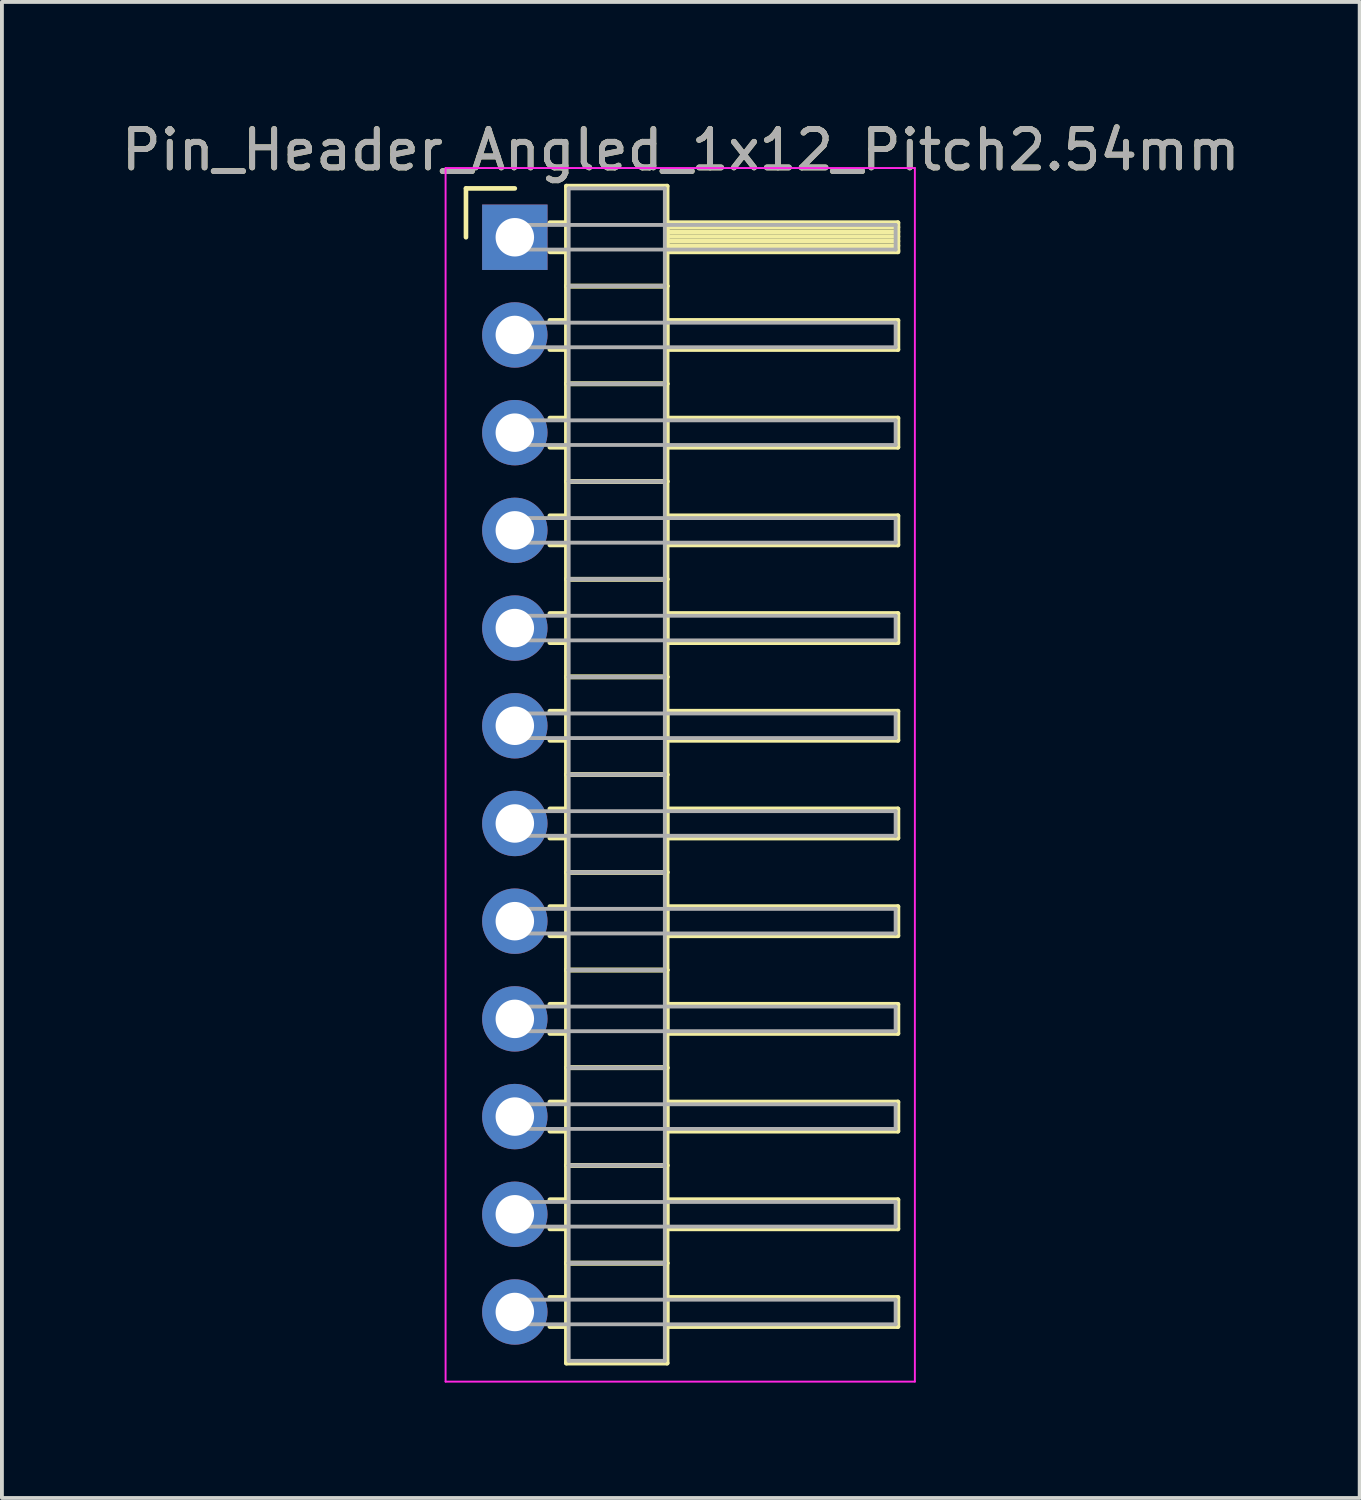
<source format=kicad_pcb>
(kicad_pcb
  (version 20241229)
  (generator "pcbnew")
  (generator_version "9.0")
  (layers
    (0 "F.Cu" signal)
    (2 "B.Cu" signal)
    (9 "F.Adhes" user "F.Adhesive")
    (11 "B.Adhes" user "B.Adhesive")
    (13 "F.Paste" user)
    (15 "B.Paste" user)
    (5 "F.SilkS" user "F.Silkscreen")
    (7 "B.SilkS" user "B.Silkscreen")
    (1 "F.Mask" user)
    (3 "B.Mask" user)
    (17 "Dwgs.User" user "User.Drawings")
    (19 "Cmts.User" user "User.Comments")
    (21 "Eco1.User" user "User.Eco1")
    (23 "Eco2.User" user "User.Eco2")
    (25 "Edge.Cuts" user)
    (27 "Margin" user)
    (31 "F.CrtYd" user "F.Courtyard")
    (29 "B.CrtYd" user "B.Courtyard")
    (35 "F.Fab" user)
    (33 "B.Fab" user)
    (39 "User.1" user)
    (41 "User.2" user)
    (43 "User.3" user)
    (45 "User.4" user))
  (footprint "Pin_Header_Angled_1x12_Pitch2.54mm"
    (layer "F.Cu")
    (at 10.334 3.118)
    (property "Reference" "Pin_Header_Angled_1x12_Pitch2.54mm" (at 4.315 -2.27 0) (layer "F.SilkS") (effects (font (size 1 1) (thickness 0.15))))
    (attr through_hole)
    (fp_line (start -1.27 -1.27) (end 0 -1.27) (stroke (width 0.12) (type solid)) (layer "F.SilkS"))
    (fp_line (start -1.27 0) (end -1.27 -1.27) (stroke (width 0.12) (type solid)) (layer "F.SilkS"))
    (fp_line (start 0.91 -0.38) (end 1.34 -0.38) (stroke (width 0.12) (type solid)) (layer "F.SilkS"))
    (fp_line (start 0.91 0.38) (end 1.34 0.38) (stroke (width 0.12) (type solid)) (layer "F.SilkS"))
    (fp_line (start 0.91 2.16) (end 1.34 2.16) (stroke (width 0.12) (type solid)) (layer "F.SilkS"))
    (fp_line (start 0.91 2.92) (end 1.34 2.92) (stroke (width 0.12) (type solid)) (layer "F.SilkS"))
    (fp_line (start 0.91 4.7) (end 1.34 4.7) (stroke (width 0.12) (type solid)) (layer "F.SilkS"))
    (fp_line (start 0.91 5.46) (end 1.34 5.46) (stroke (width 0.12) (type solid)) (layer "F.SilkS"))
    (fp_line (start 0.91 7.24) (end 1.34 7.24) (stroke (width 0.12) (type solid)) (layer "F.SilkS"))
    (fp_line (start 0.91 8) (end 1.34 8) (stroke (width 0.12) (type solid)) (layer "F.SilkS"))
    (fp_line (start 0.91 9.78) (end 1.34 9.78) (stroke (width 0.12) (type solid)) (layer "F.SilkS"))
    (fp_line (start 0.91 10.54) (end 1.34 10.54) (stroke (width 0.12) (type solid)) (layer "F.SilkS"))
    (fp_line (start 0.91 12.32) (end 1.34 12.32) (stroke (width 0.12) (type solid)) (layer "F.SilkS"))
    (fp_line (start 0.91 13.08) (end 1.34 13.08) (stroke (width 0.12) (type solid)) (layer "F.SilkS"))
    (fp_line (start 0.91 14.86) (end 1.34 14.86) (stroke (width 0.12) (type solid)) (layer "F.SilkS"))
    (fp_line (start 0.91 15.62) (end 1.34 15.62) (stroke (width 0.12) (type solid)) (layer "F.SilkS"))
    (fp_line (start 0.91 17.4) (end 1.34 17.4) (stroke (width 0.12) (type solid)) (layer "F.SilkS"))
    (fp_line (start 0.91 18.16) (end 1.34 18.16) (stroke (width 0.12) (type solid)) (layer "F.SilkS"))
    (fp_line (start 0.91 19.94) (end 1.34 19.94) (stroke (width 0.12) (type solid)) (layer "F.SilkS"))
    (fp_line (start 0.91 20.7) (end 1.34 20.7) (stroke (width 0.12) (type solid)) (layer "F.SilkS"))
    (fp_line (start 0.91 22.48) (end 1.34 22.48) (stroke (width 0.12) (type solid)) (layer "F.SilkS"))
    (fp_line (start 0.91 23.24) (end 1.34 23.24) (stroke (width 0.12) (type solid)) (layer "F.SilkS"))
    (fp_line (start 0.91 25.02) (end 1.34 25.02) (stroke (width 0.12) (type solid)) (layer "F.SilkS"))
    (fp_line (start 0.91 25.78) (end 1.34 25.78) (stroke (width 0.12) (type solid)) (layer "F.SilkS"))
    (fp_line (start 0.91 27.56) (end 1.34 27.56) (stroke (width 0.12) (type solid)) (layer "F.SilkS"))
    (fp_line (start 0.91 28.32) (end 1.34 28.32) (stroke (width 0.12) (type solid)) (layer "F.SilkS"))
    (fp_line (start 1.34 -1.33) (end 1.34 1.27) (stroke (width 0.12) (type solid)) (layer "F.SilkS"))
    (fp_line (start 1.34 1.27) (end 1.34 3.81) (stroke (width 0.12) (type solid)) (layer "F.SilkS"))
    (fp_line (start 1.34 1.27) (end 3.96 1.27) (stroke (width 0.12) (type solid)) (layer "F.SilkS"))
    (fp_line (start 1.34 3.81) (end 1.34 6.35) (stroke (width 0.12) (type solid)) (layer "F.SilkS"))
    (fp_line (start 1.34 3.81) (end 3.96 3.81) (stroke (width 0.12) (type solid)) (layer "F.SilkS"))
    (fp_line (start 1.34 6.35) (end 1.34 8.89) (stroke (width 0.12) (type solid)) (layer "F.SilkS"))
    (fp_line (start 1.34 6.35) (end 3.96 6.35) (stroke (width 0.12) (type solid)) (layer "F.SilkS"))
    (fp_line (start 1.34 8.89) (end 1.34 11.43) (stroke (width 0.12) (type solid)) (layer "F.SilkS"))
    (fp_line (start 1.34 8.89) (end 3.96 8.89) (stroke (width 0.12) (type solid)) (layer "F.SilkS"))
    (fp_line (start 1.34 11.43) (end 1.34 13.97) (stroke (width 0.12) (type solid)) (layer "F.SilkS"))
    (fp_line (start 1.34 11.43) (end 3.96 11.43) (stroke (width 0.12) (type solid)) (layer "F.SilkS"))
    (fp_line (start 1.34 13.97) (end 1.34 16.51) (stroke (width 0.12) (type solid)) (layer "F.SilkS"))
    (fp_line (start 1.34 13.97) (end 3.96 13.97) (stroke (width 0.12) (type solid)) (layer "F.SilkS"))
    (fp_line (start 1.34 16.51) (end 1.34 19.05) (stroke (width 0.12) (type solid)) (layer "F.SilkS"))
    (fp_line (start 1.34 16.51) (end 3.96 16.51) (stroke (width 0.12) (type solid)) (layer "F.SilkS"))
    (fp_line (start 1.34 19.05) (end 1.34 21.59) (stroke (width 0.12) (type solid)) (layer "F.SilkS"))
    (fp_line (start 1.34 19.05) (end 3.96 19.05) (stroke (width 0.12) (type solid)) (layer "F.SilkS"))
    (fp_line (start 1.34 21.59) (end 1.34 24.13) (stroke (width 0.12) (type solid)) (layer "F.SilkS"))
    (fp_line (start 1.34 21.59) (end 3.96 21.59) (stroke (width 0.12) (type solid)) (layer "F.SilkS"))
    (fp_line (start 1.34 24.13) (end 1.34 26.67) (stroke (width 0.12) (type solid)) (layer "F.SilkS"))
    (fp_line (start 1.34 24.13) (end 3.96 24.13) (stroke (width 0.12) (type solid)) (layer "F.SilkS"))
    (fp_line (start 1.34 26.67) (end 1.34 29.27) (stroke (width 0.12) (type solid)) (layer "F.SilkS"))
    (fp_line (start 1.34 26.67) (end 3.96 26.67) (stroke (width 0.12) (type solid)) (layer "F.SilkS"))
    (fp_line (start 1.34 29.27) (end 3.96 29.27) (stroke (width 0.12) (type solid)) (layer "F.SilkS"))
    (fp_line (start 3.96 -1.33) (end 1.34 -1.33) (stroke (width 0.12) (type solid)) (layer "F.SilkS"))
    (fp_line (start 3.96 -0.38) (end 3.96 0.38) (stroke (width 0.12) (type solid)) (layer "F.SilkS"))
    (fp_line (start 3.96 -0.26) (end 9.96 -0.26) (stroke (width 0.12) (type solid)) (layer "F.SilkS"))
    (fp_line (start 3.96 -0.14) (end 9.96 -0.14) (stroke (width 0.12) (type solid)) (layer "F.SilkS"))
    (fp_line (start 3.96 -0.02) (end 9.96 -0.02) (stroke (width 0.12) (type solid)) (layer "F.SilkS"))
    (fp_line (start 3.96 0.1) (end 9.96 0.1) (stroke (width 0.12) (type solid)) (layer "F.SilkS"))
    (fp_line (start 3.96 0.22) (end 9.96 0.22) (stroke (width 0.12) (type solid)) (layer "F.SilkS"))
    (fp_line (start 3.96 0.34) (end 9.96 0.34) (stroke (width 0.12) (type solid)) (layer "F.SilkS"))
    (fp_line (start 3.96 0.38) (end 9.96 0.38) (stroke (width 0.12) (type solid)) (layer "F.SilkS"))
    (fp_line (start 3.96 1.27) (end 1.34 1.27) (stroke (width 0.12) (type solid)) (layer "F.SilkS"))
    (fp_line (start 3.96 1.27) (end 3.96 -1.33) (stroke (width 0.12) (type solid)) (layer "F.SilkS"))
    (fp_line (start 3.96 2.16) (end 3.96 2.92) (stroke (width 0.12) (type solid)) (layer "F.SilkS"))
    (fp_line (start 3.96 2.92) (end 9.96 2.92) (stroke (width 0.12) (type solid)) (layer "F.SilkS"))
    (fp_line (start 3.96 3.81) (end 1.34 3.81) (stroke (width 0.12) (type solid)) (layer "F.SilkS"))
    (fp_line (start 3.96 3.81) (end 3.96 1.27) (stroke (width 0.12) (type solid)) (layer "F.SilkS"))
    (fp_line (start 3.96 4.7) (end 3.96 5.46) (stroke (width 0.12) (type solid)) (layer "F.SilkS"))
    (fp_line (start 3.96 5.46) (end 9.96 5.46) (stroke (width 0.12) (type solid)) (layer "F.SilkS"))
    (fp_line (start 3.96 6.35) (end 1.34 6.35) (stroke (width 0.12) (type solid)) (layer "F.SilkS"))
    (fp_line (start 3.96 6.35) (end 3.96 3.81) (stroke (width 0.12) (type solid)) (layer "F.SilkS"))
    (fp_line (start 3.96 7.24) (end 3.96 8) (stroke (width 0.12) (type solid)) (layer "F.SilkS"))
    (fp_line (start 3.96 8) (end 9.96 8) (stroke (width 0.12) (type solid)) (layer "F.SilkS"))
    (fp_line (start 3.96 8.89) (end 1.34 8.89) (stroke (width 0.12) (type solid)) (layer "F.SilkS"))
    (fp_line (start 3.96 8.89) (end 3.96 6.35) (stroke (width 0.12) (type solid)) (layer "F.SilkS"))
    (fp_line (start 3.96 9.78) (end 3.96 10.54) (stroke (width 0.12) (type solid)) (layer "F.SilkS"))
    (fp_line (start 3.96 10.54) (end 9.96 10.54) (stroke (width 0.12) (type solid)) (layer "F.SilkS"))
    (fp_line (start 3.96 11.43) (end 1.34 11.43) (stroke (width 0.12) (type solid)) (layer "F.SilkS"))
    (fp_line (start 3.96 11.43) (end 3.96 8.89) (stroke (width 0.12) (type solid)) (layer "F.SilkS"))
    (fp_line (start 3.96 12.32) (end 3.96 13.08) (stroke (width 0.12) (type solid)) (layer "F.SilkS"))
    (fp_line (start 3.96 13.08) (end 9.96 13.08) (stroke (width 0.12) (type solid)) (layer "F.SilkS"))
    (fp_line (start 3.96 13.97) (end 1.34 13.97) (stroke (width 0.12) (type solid)) (layer "F.SilkS"))
    (fp_line (start 3.96 13.97) (end 3.96 11.43) (stroke (width 0.12) (type solid)) (layer "F.SilkS"))
    (fp_line (start 3.96 14.86) (end 3.96 15.62) (stroke (width 0.12) (type solid)) (layer "F.SilkS"))
    (fp_line (start 3.96 15.62) (end 9.96 15.62) (stroke (width 0.12) (type solid)) (layer "F.SilkS"))
    (fp_line (start 3.96 16.51) (end 1.34 16.51) (stroke (width 0.12) (type solid)) (layer "F.SilkS"))
    (fp_line (start 3.96 16.51) (end 3.96 13.97) (stroke (width 0.12) (type solid)) (layer "F.SilkS"))
    (fp_line (start 3.96 17.4) (end 3.96 18.16) (stroke (width 0.12) (type solid)) (layer "F.SilkS"))
    (fp_line (start 3.96 18.16) (end 9.96 18.16) (stroke (width 0.12) (type solid)) (layer "F.SilkS"))
    (fp_line (start 3.96 19.05) (end 1.34 19.05) (stroke (width 0.12) (type solid)) (layer "F.SilkS"))
    (fp_line (start 3.96 19.05) (end 3.96 16.51) (stroke (width 0.12) (type solid)) (layer "F.SilkS"))
    (fp_line (start 3.96 19.94) (end 3.96 20.7) (stroke (width 0.12) (type solid)) (layer "F.SilkS"))
    (fp_line (start 3.96 20.7) (end 9.96 20.7) (stroke (width 0.12) (type solid)) (layer "F.SilkS"))
    (fp_line (start 3.96 21.59) (end 1.34 21.59) (stroke (width 0.12) (type solid)) (layer "F.SilkS"))
    (fp_line (start 3.96 21.59) (end 3.96 19.05) (stroke (width 0.12) (type solid)) (layer "F.SilkS"))
    (fp_line (start 3.96 22.48) (end 3.96 23.24) (stroke (width 0.12) (type solid)) (layer "F.SilkS"))
    (fp_line (start 3.96 23.24) (end 9.96 23.24) (stroke (width 0.12) (type solid)) (layer "F.SilkS"))
    (fp_line (start 3.96 24.13) (end 1.34 24.13) (stroke (width 0.12) (type solid)) (layer "F.SilkS"))
    (fp_line (start 3.96 24.13) (end 3.96 21.59) (stroke (width 0.12) (type solid)) (layer "F.SilkS"))
    (fp_line (start 3.96 25.02) (end 3.96 25.78) (stroke (width 0.12) (type solid)) (layer "F.SilkS"))
    (fp_line (start 3.96 25.78) (end 9.96 25.78) (stroke (width 0.12) (type solid)) (layer "F.SilkS"))
    (fp_line (start 3.96 26.67) (end 1.34 26.67) (stroke (width 0.12) (type solid)) (layer "F.SilkS"))
    (fp_line (start 3.96 26.67) (end 3.96 24.13) (stroke (width 0.12) (type solid)) (layer "F.SilkS"))
    (fp_line (start 3.96 27.56) (end 3.96 28.32) (stroke (width 0.12) (type solid)) (layer "F.SilkS"))
    (fp_line (start 3.96 28.32) (end 9.96 28.32) (stroke (width 0.12) (type solid)) (layer "F.SilkS"))
    (fp_line (start 3.96 29.27) (end 3.96 26.67) (stroke (width 0.12) (type solid)) (layer "F.SilkS"))
    (fp_line (start 9.96 -0.38) (end 3.96 -0.38) (stroke (width 0.12) (type solid)) (layer "F.SilkS"))
    (fp_line (start 9.96 0.38) (end 9.96 -0.38) (stroke (width 0.12) (type solid)) (layer "F.SilkS"))
    (fp_line (start 9.96 2.16) (end 3.96 2.16) (stroke (width 0.12) (type solid)) (layer "F.SilkS"))
    (fp_line (start 9.96 2.92) (end 9.96 2.16) (stroke (width 0.12) (type solid)) (layer "F.SilkS"))
    (fp_line (start 9.96 4.7) (end 3.96 4.7) (stroke (width 0.12) (type solid)) (layer "F.SilkS"))
    (fp_line (start 9.96 5.46) (end 9.96 4.7) (stroke (width 0.12) (type solid)) (layer "F.SilkS"))
    (fp_line (start 9.96 7.24) (end 3.96 7.24) (stroke (width 0.12) (type solid)) (layer "F.SilkS"))
    (fp_line (start 9.96 8) (end 9.96 7.24) (stroke (width 0.12) (type solid)) (layer "F.SilkS"))
    (fp_line (start 9.96 9.78) (end 3.96 9.78) (stroke (width 0.12) (type solid)) (layer "F.SilkS"))
    (fp_line (start 9.96 10.54) (end 9.96 9.78) (stroke (width 0.12) (type solid)) (layer "F.SilkS"))
    (fp_line (start 9.96 12.32) (end 3.96 12.32) (stroke (width 0.12) (type solid)) (layer "F.SilkS"))
    (fp_line (start 9.96 13.08) (end 9.96 12.32) (stroke (width 0.12) (type solid)) (layer "F.SilkS"))
    (fp_line (start 9.96 14.86) (end 3.96 14.86) (stroke (width 0.12) (type solid)) (layer "F.SilkS"))
    (fp_line (start 9.96 15.62) (end 9.96 14.86) (stroke (width 0.12) (type solid)) (layer "F.SilkS"))
    (fp_line (start 9.96 17.4) (end 3.96 17.4) (stroke (width 0.12) (type solid)) (layer "F.SilkS"))
    (fp_line (start 9.96 18.16) (end 9.96 17.4) (stroke (width 0.12) (type solid)) (layer "F.SilkS"))
    (fp_line (start 9.96 19.94) (end 3.96 19.94) (stroke (width 0.12) (type solid)) (layer "F.SilkS"))
    (fp_line (start 9.96 20.7) (end 9.96 19.94) (stroke (width 0.12) (type solid)) (layer "F.SilkS"))
    (fp_line (start 9.96 22.48) (end 3.96 22.48) (stroke (width 0.12) (type solid)) (layer "F.SilkS"))
    (fp_line (start 9.96 23.24) (end 9.96 22.48) (stroke (width 0.12) (type solid)) (layer "F.SilkS"))
    (fp_line (start 9.96 25.02) (end 3.96 25.02) (stroke (width 0.12) (type solid)) (layer "F.SilkS"))
    (fp_line (start 9.96 25.78) (end 9.96 25.02) (stroke (width 0.12) (type solid)) (layer "F.SilkS"))
    (fp_line (start 9.96 27.56) (end 3.96 27.56) (stroke (width 0.12) (type solid)) (layer "F.SilkS"))
    (fp_line (start 9.96 28.32) (end 9.96 27.56) (stroke (width 0.12) (type solid)) (layer "F.SilkS"))
    (fp_line (start -1.8 -1.8) (end -1.8 29.75) (stroke (width 0.05) (type solid)) (layer "F.CrtYd"))
    (fp_line (start -1.8 29.75) (end 10.4 29.75) (stroke (width 0.05) (type solid)) (layer "F.CrtYd"))
    (fp_line (start 10.4 -1.8) (end -1.8 -1.8) (stroke (width 0.05) (type solid)) (layer "F.CrtYd"))
    (fp_line (start 10.4 29.75) (end 10.4 -1.8) (stroke (width 0.05) (type solid)) (layer "F.CrtYd"))
    (fp_line (start 0 -0.32) (end 0 0.32) (stroke (width 0.1) (type solid)) (layer "F.Fab"))
    (fp_line (start 0 0.32) (end 9.9 0.32) (stroke (width 0.1) (type solid)) (layer "F.Fab"))
    (fp_line (start 0 2.22) (end 0 2.86) (stroke (width 0.1) (type solid)) (layer "F.Fab"))
    (fp_line (start 0 2.86) (end 9.9 2.86) (stroke (width 0.1) (type solid)) (layer "F.Fab"))
    (fp_line (start 0 4.76) (end 0 5.4) (stroke (width 0.1) (type solid)) (layer "F.Fab"))
    (fp_line (start 0 5.4) (end 9.9 5.4) (stroke (width 0.1) (type solid)) (layer "F.Fab"))
    (fp_line (start 0 7.3) (end 0 7.94) (stroke (width 0.1) (type solid)) (layer "F.Fab"))
    (fp_line (start 0 7.94) (end 9.9 7.94) (stroke (width 0.1) (type solid)) (layer "F.Fab"))
    (fp_line (start 0 9.84) (end 0 10.48) (stroke (width 0.1) (type solid)) (layer "F.Fab"))
    (fp_line (start 0 10.48) (end 9.9 10.48) (stroke (width 0.1) (type solid)) (layer "F.Fab"))
    (fp_line (start 0 12.38) (end 0 13.02) (stroke (width 0.1) (type solid)) (layer "F.Fab"))
    (fp_line (start 0 13.02) (end 9.9 13.02) (stroke (width 0.1) (type solid)) (layer "F.Fab"))
    (fp_line (start 0 14.92) (end 0 15.56) (stroke (width 0.1) (type solid)) (layer "F.Fab"))
    (fp_line (start 0 15.56) (end 9.9 15.56) (stroke (width 0.1) (type solid)) (layer "F.Fab"))
    (fp_line (start 0 17.46) (end 0 18.1) (stroke (width 0.1) (type solid)) (layer "F.Fab"))
    (fp_line (start 0 18.1) (end 9.9 18.1) (stroke (width 0.1) (type solid)) (layer "F.Fab"))
    (fp_line (start 0 20) (end 0 20.64) (stroke (width 0.1) (type solid)) (layer "F.Fab"))
    (fp_line (start 0 20.64) (end 9.9 20.64) (stroke (width 0.1) (type solid)) (layer "F.Fab"))
    (fp_line (start 0 22.54) (end 0 23.18) (stroke (width 0.1) (type solid)) (layer "F.Fab"))
    (fp_line (start 0 23.18) (end 9.9 23.18) (stroke (width 0.1) (type solid)) (layer "F.Fab"))
    (fp_line (start 0 25.08) (end 0 25.72) (stroke (width 0.1) (type solid)) (layer "F.Fab"))
    (fp_line (start 0 25.72) (end 9.9 25.72) (stroke (width 0.1) (type solid)) (layer "F.Fab"))
    (fp_line (start 0 27.62) (end 0 28.26) (stroke (width 0.1) (type solid)) (layer "F.Fab"))
    (fp_line (start 0 28.26) (end 9.9 28.26) (stroke (width 0.1) (type solid)) (layer "F.Fab"))
    (fp_line (start 1.4 -1.27) (end 1.4 1.27) (stroke (width 0.1) (type solid)) (layer "F.Fab"))
    (fp_line (start 1.4 1.27) (end 1.4 3.81) (stroke (width 0.1) (type solid)) (layer "F.Fab"))
    (fp_line (start 1.4 1.27) (end 3.9 1.27) (stroke (width 0.1) (type solid)) (layer "F.Fab"))
    (fp_line (start 1.4 3.81) (end 1.4 6.35) (stroke (width 0.1) (type solid)) (layer "F.Fab"))
    (fp_line (start 1.4 3.81) (end 3.9 3.81) (stroke (width 0.1) (type solid)) (layer "F.Fab"))
    (fp_line (start 1.4 6.35) (end 1.4 8.89) (stroke (width 0.1) (type solid)) (layer "F.Fab"))
    (fp_line (start 1.4 6.35) (end 3.9 6.35) (stroke (width 0.1) (type solid)) (layer "F.Fab"))
    (fp_line (start 1.4 8.89) (end 1.4 11.43) (stroke (width 0.1) (type solid)) (layer "F.Fab"))
    (fp_line (start 1.4 8.89) (end 3.9 8.89) (stroke (width 0.1) (type solid)) (layer "F.Fab"))
    (fp_line (start 1.4 11.43) (end 1.4 13.97) (stroke (width 0.1) (type solid)) (layer "F.Fab"))
    (fp_line (start 1.4 11.43) (end 3.9 11.43) (stroke (width 0.1) (type solid)) (layer "F.Fab"))
    (fp_line (start 1.4 13.97) (end 1.4 16.51) (stroke (width 0.1) (type solid)) (layer "F.Fab"))
    (fp_line (start 1.4 13.97) (end 3.9 13.97) (stroke (width 0.1) (type solid)) (layer "F.Fab"))
    (fp_line (start 1.4 16.51) (end 1.4 19.05) (stroke (width 0.1) (type solid)) (layer "F.Fab"))
    (fp_line (start 1.4 16.51) (end 3.9 16.51) (stroke (width 0.1) (type solid)) (layer "F.Fab"))
    (fp_line (start 1.4 19.05) (end 1.4 21.59) (stroke (width 0.1) (type solid)) (layer "F.Fab"))
    (fp_line (start 1.4 19.05) (end 3.9 19.05) (stroke (width 0.1) (type solid)) (layer "F.Fab"))
    (fp_line (start 1.4 21.59) (end 1.4 24.13) (stroke (width 0.1) (type solid)) (layer "F.Fab"))
    (fp_line (start 1.4 21.59) (end 3.9 21.59) (stroke (width 0.1) (type solid)) (layer "F.Fab"))
    (fp_line (start 1.4 24.13) (end 1.4 26.67) (stroke (width 0.1) (type solid)) (layer "F.Fab"))
    (fp_line (start 1.4 24.13) (end 3.9 24.13) (stroke (width 0.1) (type solid)) (layer "F.Fab"))
    (fp_line (start 1.4 26.67) (end 1.4 29.21) (stroke (width 0.1) (type solid)) (layer "F.Fab"))
    (fp_line (start 1.4 26.67) (end 3.9 26.67) (stroke (width 0.1) (type solid)) (layer "F.Fab"))
    (fp_line (start 1.4 29.21) (end 3.9 29.21) (stroke (width 0.1) (type solid)) (layer "F.Fab"))
    (fp_line (start 3.9 -1.27) (end 1.4 -1.27) (stroke (width 0.1) (type solid)) (layer "F.Fab"))
    (fp_line (start 3.9 1.27) (end 1.4 1.27) (stroke (width 0.1) (type solid)) (layer "F.Fab"))
    (fp_line (start 3.9 1.27) (end 3.9 -1.27) (stroke (width 0.1) (type solid)) (layer "F.Fab"))
    (fp_line (start 3.9 3.81) (end 1.4 3.81) (stroke (width 0.1) (type solid)) (layer "F.Fab"))
    (fp_line (start 3.9 3.81) (end 3.9 1.27) (stroke (width 0.1) (type solid)) (layer "F.Fab"))
    (fp_line (start 3.9 6.35) (end 1.4 6.35) (stroke (width 0.1) (type solid)) (layer "F.Fab"))
    (fp_line (start 3.9 6.35) (end 3.9 3.81) (stroke (width 0.1) (type solid)) (layer "F.Fab"))
    (fp_line (start 3.9 8.89) (end 1.4 8.89) (stroke (width 0.1) (type solid)) (layer "F.Fab"))
    (fp_line (start 3.9 8.89) (end 3.9 6.35) (stroke (width 0.1) (type solid)) (layer "F.Fab"))
    (fp_line (start 3.9 11.43) (end 1.4 11.43) (stroke (width 0.1) (type solid)) (layer "F.Fab"))
    (fp_line (start 3.9 11.43) (end 3.9 8.89) (stroke (width 0.1) (type solid)) (layer "F.Fab"))
    (fp_line (start 3.9 13.97) (end 1.4 13.97) (stroke (width 0.1) (type solid)) (layer "F.Fab"))
    (fp_line (start 3.9 13.97) (end 3.9 11.43) (stroke (width 0.1) (type solid)) (layer "F.Fab"))
    (fp_line (start 3.9 16.51) (end 1.4 16.51) (stroke (width 0.1) (type solid)) (layer "F.Fab"))
    (fp_line (start 3.9 16.51) (end 3.9 13.97) (stroke (width 0.1) (type solid)) (layer "F.Fab"))
    (fp_line (start 3.9 19.05) (end 1.4 19.05) (stroke (width 0.1) (type solid)) (layer "F.Fab"))
    (fp_line (start 3.9 19.05) (end 3.9 16.51) (stroke (width 0.1) (type solid)) (layer "F.Fab"))
    (fp_line (start 3.9 21.59) (end 1.4 21.59) (stroke (width 0.1) (type solid)) (layer "F.Fab"))
    (fp_line (start 3.9 21.59) (end 3.9 19.05) (stroke (width 0.1) (type solid)) (layer "F.Fab"))
    (fp_line (start 3.9 24.13) (end 1.4 24.13) (stroke (width 0.1) (type solid)) (layer "F.Fab"))
    (fp_line (start 3.9 24.13) (end 3.9 21.59) (stroke (width 0.1) (type solid)) (layer "F.Fab"))
    (fp_line (start 3.9 26.67) (end 1.4 26.67) (stroke (width 0.1) (type solid)) (layer "F.Fab"))
    (fp_line (start 3.9 26.67) (end 3.9 24.13) (stroke (width 0.1) (type solid)) (layer "F.Fab"))
    (fp_line (start 3.9 29.21) (end 3.9 26.67) (stroke (width 0.1) (type solid)) (layer "F.Fab"))
    (fp_line (start 9.9 -0.32) (end 0 -0.32) (stroke (width 0.1) (type solid)) (layer "F.Fab"))
    (fp_line (start 9.9 0.32) (end 9.9 -0.32) (stroke (width 0.1) (type solid)) (layer "F.Fab"))
    (fp_line (start 9.9 2.22) (end 0 2.22) (stroke (width 0.1) (type solid)) (layer "F.Fab"))
    (fp_line (start 9.9 2.86) (end 9.9 2.22) (stroke (width 0.1) (type solid)) (layer "F.Fab"))
    (fp_line (start 9.9 4.76) (end 0 4.76) (stroke (width 0.1) (type solid)) (layer "F.Fab"))
    (fp_line (start 9.9 5.4) (end 9.9 4.76) (stroke (width 0.1) (type solid)) (layer "F.Fab"))
    (fp_line (start 9.9 7.3) (end 0 7.3) (stroke (width 0.1) (type solid)) (layer "F.Fab"))
    (fp_line (start 9.9 7.94) (end 9.9 7.3) (stroke (width 0.1) (type solid)) (layer "F.Fab"))
    (fp_line (start 9.9 9.84) (end 0 9.84) (stroke (width 0.1) (type solid)) (layer "F.Fab"))
    (fp_line (start 9.9 10.48) (end 9.9 9.84) (stroke (width 0.1) (type solid)) (layer "F.Fab"))
    (fp_line (start 9.9 12.38) (end 0 12.38) (stroke (width 0.1) (type solid)) (layer "F.Fab"))
    (fp_line (start 9.9 13.02) (end 9.9 12.38) (stroke (width 0.1) (type solid)) (layer "F.Fab"))
    (fp_line (start 9.9 14.92) (end 0 14.92) (stroke (width 0.1) (type solid)) (layer "F.Fab"))
    (fp_line (start 9.9 15.56) (end 9.9 14.92) (stroke (width 0.1) (type solid)) (layer "F.Fab"))
    (fp_line (start 9.9 17.46) (end 0 17.46) (stroke (width 0.1) (type solid)) (layer "F.Fab"))
    (fp_line (start 9.9 18.1) (end 9.9 17.46) (stroke (width 0.1) (type solid)) (layer "F.Fab"))
    (fp_line (start 9.9 20) (end 0 20) (stroke (width 0.1) (type solid)) (layer "F.Fab"))
    (fp_line (start 9.9 20.64) (end 9.9 20) (stroke (width 0.1) (type solid)) (layer "F.Fab"))
    (fp_line (start 9.9 22.54) (end 0 22.54) (stroke (width 0.1) (type solid)) (layer "F.Fab"))
    (fp_line (start 9.9 23.18) (end 9.9 22.54) (stroke (width 0.1) (type solid)) (layer "F.Fab"))
    (fp_line (start 9.9 25.08) (end 0 25.08) (stroke (width 0.1) (type solid)) (layer "F.Fab"))
    (fp_line (start 9.9 25.72) (end 9.9 25.08) (stroke (width 0.1) (type solid)) (layer "F.Fab"))
    (fp_line (start 9.9 27.62) (end 0 27.62) (stroke (width 0.1) (type solid)) (layer "F.Fab"))
    (fp_line (start 9.9 28.26) (end 9.9 27.62) (stroke (width 0.1) (type solid)) (layer "F.Fab"))
    (fp_text user "${REFERENCE}" (at 4.315 -2.27 0) (layer "F.Fab") (effects (font (size 1 1) (thickness 0.15))))
    (pad "1" thru_hole rect (at 0 0) (size 1.7 1.7) (drill 1) (layers "*.Cu" "*.Mask"))
    (pad "2" thru_hole oval (at 0 2.54) (size 1.7 1.7) (drill 1) (layers "*.Cu" "*.Mask"))
    (pad "3" thru_hole oval (at 0 5.08) (size 1.7 1.7) (drill 1) (layers "*.Cu" "*.Mask"))
    (pad "4" thru_hole oval (at 0 7.62) (size 1.7 1.7) (drill 1) (layers "*.Cu" "*.Mask"))
    (pad "5" thru_hole oval (at 0 10.16) (size 1.7 1.7) (drill 1) (layers "*.Cu" "*.Mask"))
    (pad "6" thru_hole oval (at 0 12.7) (size 1.7 1.7) (drill 1) (layers "*.Cu" "*.Mask"))
    (pad "7" thru_hole oval (at 0 15.24) (size 1.7 1.7) (drill 1) (layers "*.Cu" "*.Mask"))
    (pad "8" thru_hole oval (at 0 17.78) (size 1.7 1.7) (drill 1) (layers "*.Cu" "*.Mask"))
    (pad "9" thru_hole oval (at 0 20.32) (size 1.7 1.7) (drill 1) (layers "*.Cu" "*.Mask"))
    (pad "10" thru_hole oval (at 0 22.86) (size 1.7 1.7) (drill 1) (layers "*.Cu" "*.Mask"))
    (pad "11" thru_hole oval (at 0 25.4) (size 1.7 1.7) (drill 1) (layers "*.Cu" "*.Mask"))
    (pad "12" thru_hole oval (at 0 27.94) (size 1.7 1.7) (drill 1) (layers "*.Cu" "*.Mask")))
  (gr_rect
    (start -3 -3)
    (end 32.298 35.893)
    (stroke (width 0.1) (type default))
    (fill no)
    (layer "Edge.Cuts")))
</source>
